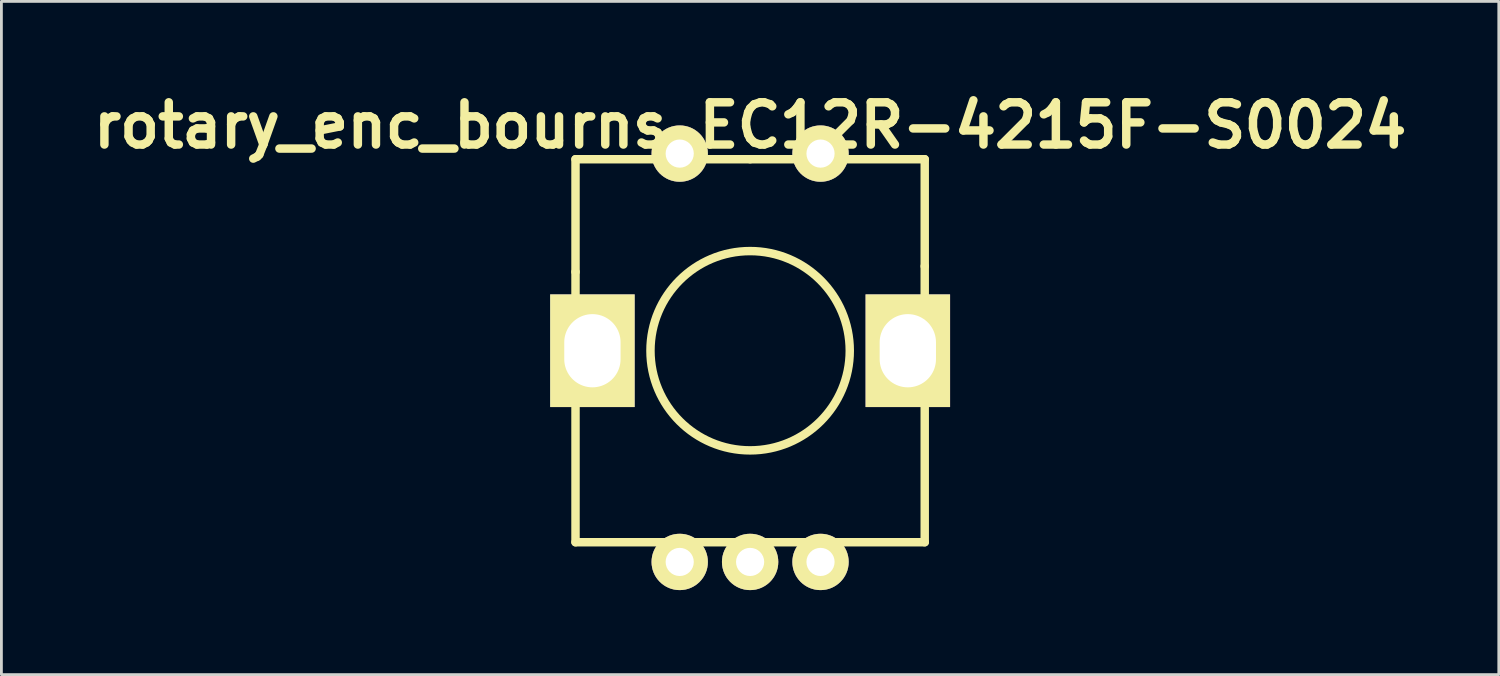
<source format=kicad_pcb>
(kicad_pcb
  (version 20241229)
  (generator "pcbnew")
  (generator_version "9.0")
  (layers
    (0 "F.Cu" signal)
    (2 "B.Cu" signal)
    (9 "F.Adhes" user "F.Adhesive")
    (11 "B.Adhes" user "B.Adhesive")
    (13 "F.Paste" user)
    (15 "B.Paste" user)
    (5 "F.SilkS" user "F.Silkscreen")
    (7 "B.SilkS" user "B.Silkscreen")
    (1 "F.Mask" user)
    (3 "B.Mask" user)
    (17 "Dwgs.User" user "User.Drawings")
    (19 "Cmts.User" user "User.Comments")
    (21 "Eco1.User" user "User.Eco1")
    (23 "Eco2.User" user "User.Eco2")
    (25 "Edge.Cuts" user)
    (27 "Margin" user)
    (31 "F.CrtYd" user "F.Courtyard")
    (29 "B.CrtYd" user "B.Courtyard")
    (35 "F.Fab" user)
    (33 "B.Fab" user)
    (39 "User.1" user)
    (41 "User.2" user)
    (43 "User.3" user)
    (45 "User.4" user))
  (footprint "rotary_enc_bourns_EC12R-4215F-S0024"
    (layer "F.Cu")
    (at 23.586 9.404)
    (property "Reference" "rotary_enc_bourns_EC12R-4215F-S0024" (at 0 -8 0) (layer "F.SilkS") (effects (font (size 1.5 1.5) (thickness 0.3))))
    (attr through_hole)
    (fp_line (start -6.2 -6.8) (end -6.2 -2.8) (stroke (width 0.3) (type solid)) (layer "F.SilkS"))
    (fp_line (start -6.2 0) (end -6.2 -2.8) (stroke (width 0.3) (type solid)) (layer "F.SilkS"))
    (fp_line (start -6.2 0) (end -6.2 6.8) (stroke (width 0.3) (type solid)) (layer "F.SilkS"))
    (fp_line (start -6.2 6.8) (end 6.2 6.8) (stroke (width 0.3) (type solid)) (layer "F.SilkS"))
    (fp_line (start 0 -6.8) (end -6.2 -6.8) (stroke (width 0.3) (type solid)) (layer "F.SilkS"))
    (fp_line (start 0 -6.8) (end 6.2 -6.8) (stroke (width 0.3) (type solid)) (layer "F.SilkS"))
    (fp_line (start 6.2 -6.8) (end 6.2 -3) (stroke (width 0.3) (type solid)) (layer "F.SilkS"))
    (fp_line (start 6.2 0) (end 6.2 -3) (stroke (width 0.3) (type solid)) (layer "F.SilkS"))
    (fp_line (start 6.2 6.8) (end 6.2 0) (stroke (width 0.3) (type solid)) (layer "F.SilkS"))
    (fp_circle (center 0 0) (end 2.6 2.4) (stroke (width 0.3) (type solid)) (fill no) (layer "F.SilkS"))
    (pad "" thru_hole rect (at -5.6 0) (size 3 4) (drill oval 2 2.6) (layers "*.Cu" "*.Mask" "F.SilkS"))
    (pad "" thru_hole rect (at 5.6 0) (size 3 4) (drill oval 2 2.6) (layers "*.Cu" "*.Mask" "F.SilkS"))
    (pad "1" thru_hole circle (at -2.5 -7) (size 2 2) (drill 1) (layers "*.Cu" "*.Mask" "F.SilkS"))
    (pad "2" thru_hole circle (at 2.5 -7) (size 2 2) (drill 1) (layers "*.Cu" "*.Mask" "F.SilkS"))
    (pad "3" thru_hole circle (at -2.5 7.5) (size 2 2) (drill 1) (layers "*.Cu" "*.Mask" "F.SilkS"))
    (pad "4" thru_hole circle (at 0 7.5) (size 2 2) (drill 1) (layers "*.Cu" "*.Mask" "F.SilkS"))
    (pad "5" thru_hole circle (at 2.5 7.5) (size 2 2) (drill 1) (layers "*.Cu" "*.Mask" "F.SilkS")))
  (gr_rect
    (start -3 -3)
    (end 50.171 20.904)
    (stroke (width 0.1) (type default))
    (fill no)
    (layer "Edge.Cuts")))
</source>
